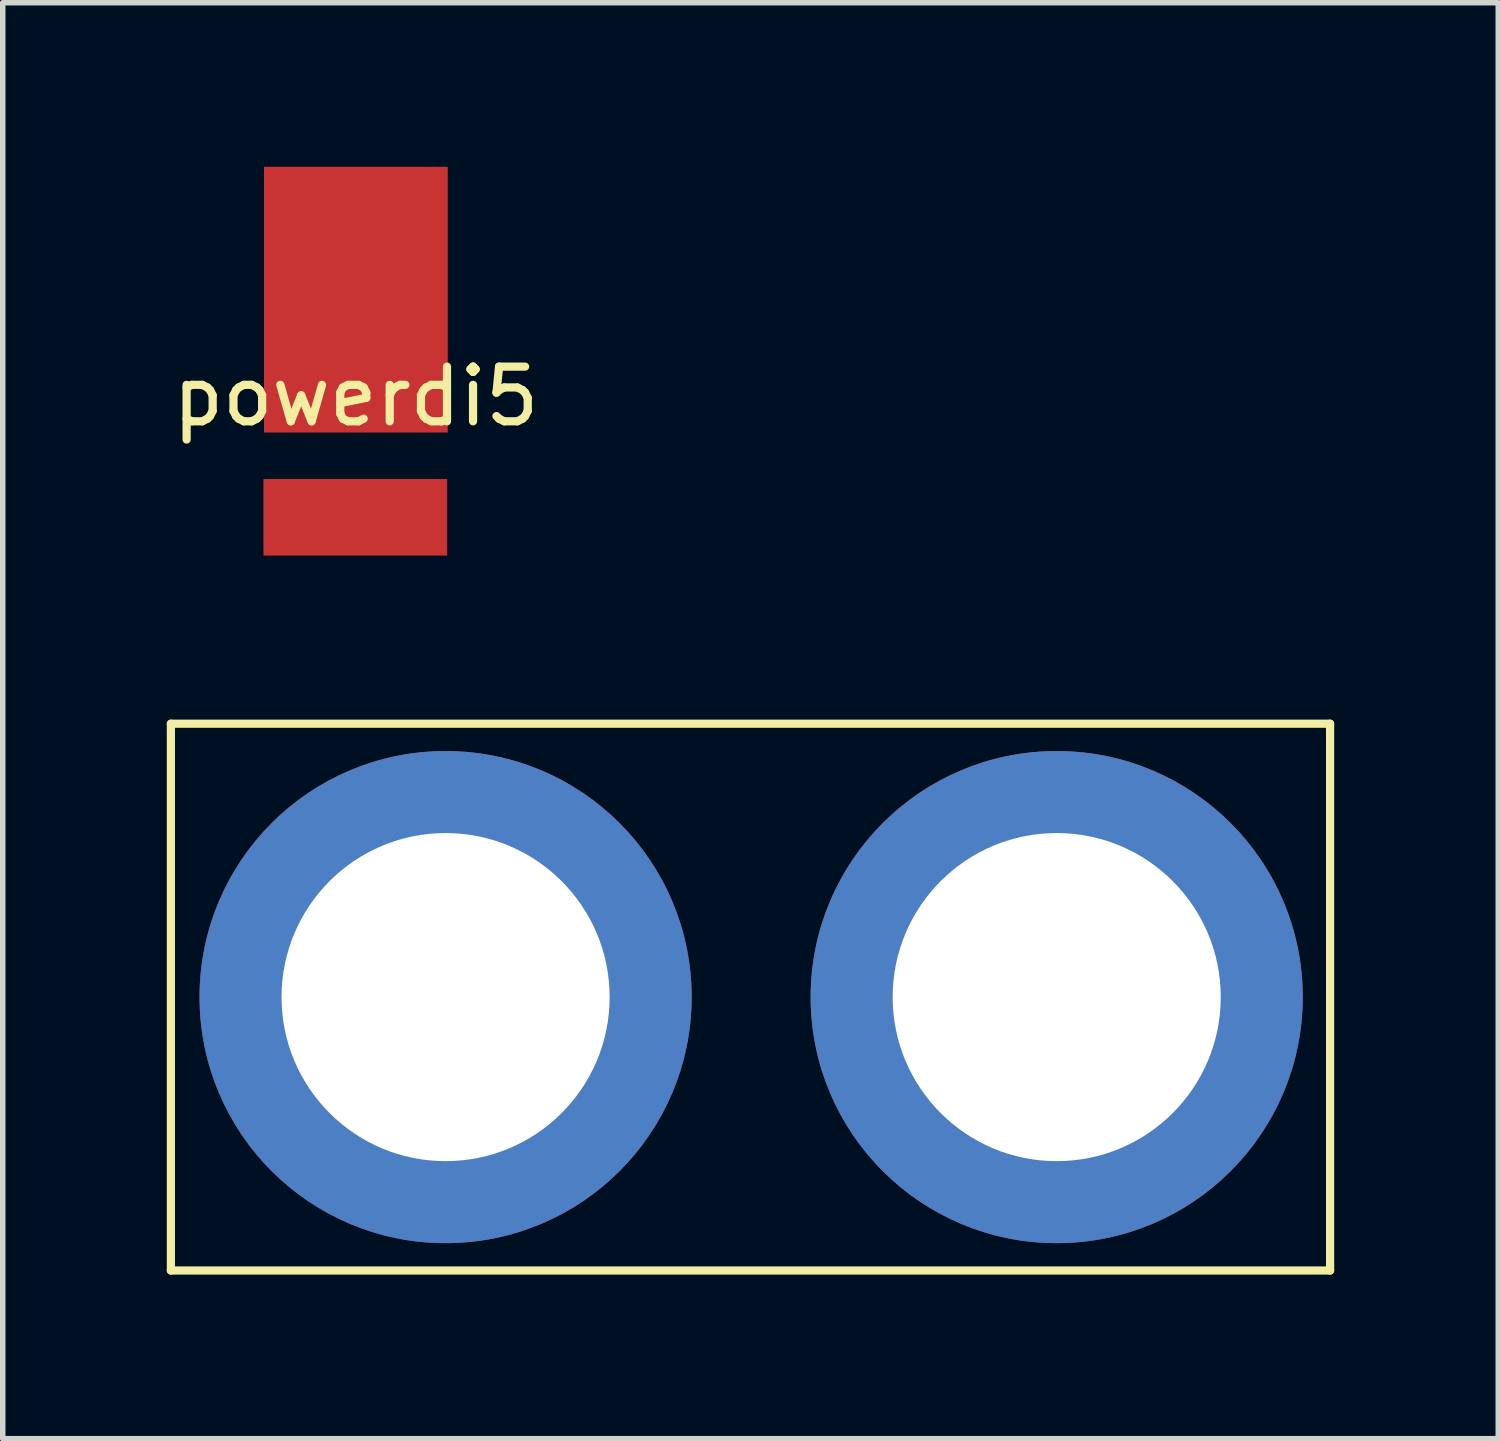
<source format=kicad_pcb>
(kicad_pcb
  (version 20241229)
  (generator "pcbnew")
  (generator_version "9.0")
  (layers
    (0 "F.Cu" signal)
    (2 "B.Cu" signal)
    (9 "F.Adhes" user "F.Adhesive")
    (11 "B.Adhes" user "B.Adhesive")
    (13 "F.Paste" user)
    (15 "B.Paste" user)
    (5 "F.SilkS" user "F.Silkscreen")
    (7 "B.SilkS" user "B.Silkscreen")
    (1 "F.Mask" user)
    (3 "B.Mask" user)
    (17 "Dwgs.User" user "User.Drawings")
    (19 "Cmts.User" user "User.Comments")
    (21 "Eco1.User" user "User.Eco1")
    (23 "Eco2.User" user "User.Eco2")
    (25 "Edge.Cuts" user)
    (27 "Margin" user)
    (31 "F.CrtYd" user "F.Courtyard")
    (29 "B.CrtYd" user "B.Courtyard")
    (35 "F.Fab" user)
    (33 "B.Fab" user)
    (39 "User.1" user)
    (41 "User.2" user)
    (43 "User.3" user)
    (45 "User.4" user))
  (footprint "XT90"
    (layer "F.Cu")
    (at 16.275 15.185)
    (property "Reference" "XT90" (at 0 0.5 0) (layer "F.SilkS") (effects (font (size 1 1) (thickness 0.15))))
    (attr through_hole)
    (fp_line (start -16.2 -5) (end 5 -5) (stroke (width 0.15) (type solid)) (layer "F.SilkS"))
    (fp_line (start -16.2 5) (end -16.2 -5) (stroke (width 0.15) (type solid)) (layer "F.SilkS"))
    (fp_line (start 5 -5) (end 5 5) (stroke (width 0.15) (type solid)) (layer "F.SilkS"))
    (fp_line (start 5 5) (end -16.2 5) (stroke (width 0.15) (type solid)) (layer "F.SilkS"))
    (pad "1" thru_hole circle (at -11.176 0) (size 9 9) (drill 6) (layers "*.Cu" "*.Mask"))
    (pad "2" thru_hole circle (at 0 0) (size 9 9) (drill 6) (layers "*.Cu" "*.Mask")))
  (footprint "powerdi5"
    (layer "F.Cu")
    (at 3.458 3.7)
    (property "Reference" "powerdi5" (at 0 0.5 0) (layer "F.SilkS") (effects (font (size 1 1) (thickness 0.15))))
    (attr through_hole)
    (pad "1" smd rect (at 0 -1.27) (size 3.36 4.86) (layers "F.Cu" "F.Mask" "F.Paste"))
    (pad "2" smd rect (at -0.01 2.71) (size 3.36 1.4) (layers "F.Cu" "F.Mask" "F.Paste")))
  (gr_rect
    (start -3 -3)
    (end 24.35 23.26)
    (stroke (width 0.1) (type default))
    (fill no)
    (layer "Edge.Cuts")))
</source>
